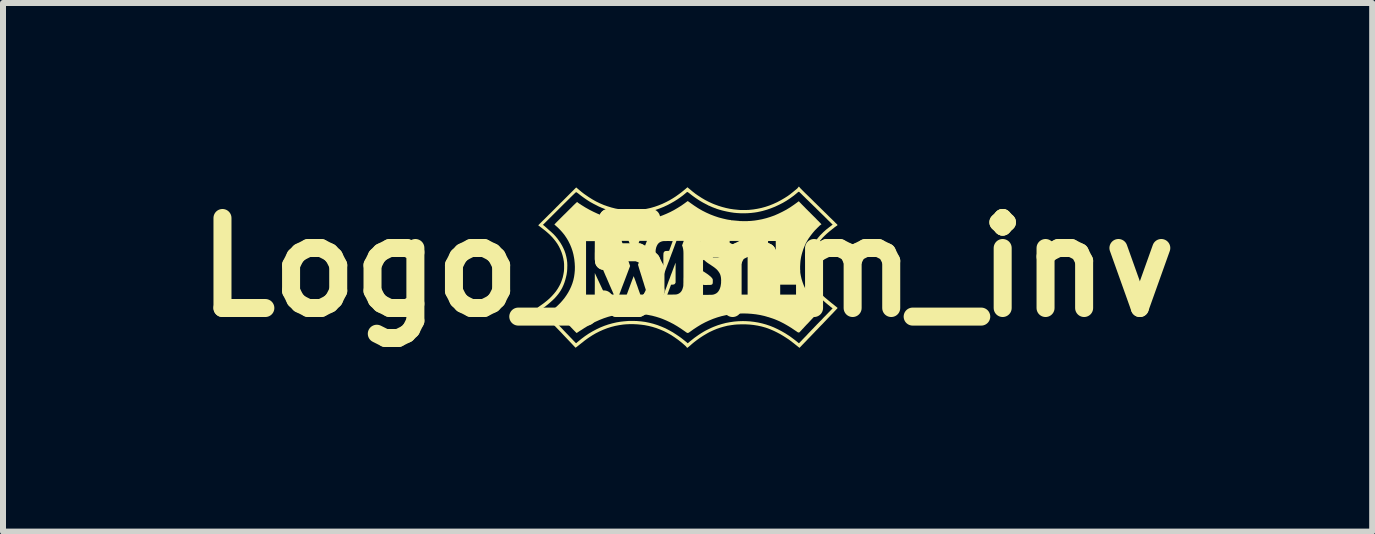
<source format=kicad_pcb>
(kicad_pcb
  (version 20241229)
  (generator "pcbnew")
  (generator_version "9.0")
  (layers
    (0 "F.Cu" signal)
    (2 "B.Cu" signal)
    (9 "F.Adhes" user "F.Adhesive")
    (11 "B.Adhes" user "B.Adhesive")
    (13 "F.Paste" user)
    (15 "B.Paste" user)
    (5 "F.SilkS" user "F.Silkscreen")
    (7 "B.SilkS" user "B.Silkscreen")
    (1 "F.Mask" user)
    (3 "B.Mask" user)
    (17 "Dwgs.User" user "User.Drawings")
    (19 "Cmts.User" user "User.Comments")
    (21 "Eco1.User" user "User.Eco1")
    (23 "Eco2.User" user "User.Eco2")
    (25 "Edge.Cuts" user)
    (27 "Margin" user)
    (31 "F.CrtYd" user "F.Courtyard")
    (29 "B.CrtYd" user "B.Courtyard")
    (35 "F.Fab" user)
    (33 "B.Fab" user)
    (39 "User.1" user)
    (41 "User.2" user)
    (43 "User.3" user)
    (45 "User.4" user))
  (footprint "Logo_5mm_inv"
    (layer "F.Cu")
    (at 8.407 1.404)
    (property "Reference" "Logo_5mm_inv" (at 0 0 0) (layer "F.SilkS") (effects (font (size 1.5 1.5) (thickness 0.3))))
    (attr board_only exclude_from_pos_files exclude_from_bom)
    (fp_poly (pts (xy 1.859 -1.341) (xy 1.867 -1.332) (xy 1.874 -1.323) (xy 1.882 -1.314) (xy 1.892 -1.305) (xy 1.902 -1.294) (xy 1.915 -1.281) (xy 1.929 -1.267) (xy 1.942 -1.254) (xy 1.952 -1.244) (xy 1.964 -1.232) (xy 1.979 -1.218) (xy 1.995 -1.202) (xy 2.013 -1.185) (xy 2.031 -1.167) (xy 2.051 -1.148) (xy 2.071 -1.128) (xy 2.091 -1.108) (xy 2.11 -1.089) (xy 2.116 -1.083) (xy 2.138 -1.062) (xy 2.161 -1.039) (xy 2.186 -1.015) (xy 2.211 -0.99) (xy 2.236 -0.965) (xy 2.261 -0.941) (xy 2.285 -0.917) (xy 2.308 -0.895) (xy 2.329 -0.874) (xy 2.343 -0.86) (xy 2.367 -0.836) (xy 2.389 -0.815) (xy 2.409 -0.796) (xy 2.426 -0.779) (xy 2.441 -0.765) (xy 2.453 -0.752) (xy 2.464 -0.741) (xy 2.473 -0.732) (xy 2.481 -0.725) (xy 2.487 -0.719) (xy 2.491 -0.714) (xy 2.495 -0.71) (xy 2.497 -0.707) (xy 2.499 -0.705) (xy 2.499 -0.704) (xy 2.499 -0.704) (xy 2.499 -0.703) (xy 2.497 -0.702) (xy 2.493 -0.698) (xy 2.487 -0.693) (xy 2.479 -0.688) (xy 2.475 -0.685) (xy 2.465 -0.678) (xy 2.455 -0.671) (xy 2.446 -0.664) (xy 2.439 -0.658) (xy 2.438 -0.657) (xy 2.432 -0.652) (xy 2.423 -0.645) (xy 2.413 -0.638) (xy 2.404 -0.63) (xy 2.401 -0.628) (xy 2.36 -0.595) (xy 2.322 -0.563) (xy 2.287 -0.53) (xy 2.255 -0.498) (xy 2.227 -0.466) (xy 2.203 -0.436) (xy 2.173 -0.394) (xy 2.147 -0.35) (xy 2.124 -0.304) (xy 2.104 -0.256) (xy 2.088 -0.207) (xy 2.076 -0.155) (xy 2.066 -0.102) (xy 2.063 -0.082) (xy 2.062 -0.065) (xy 2.061 -0.046) (xy 2.06 -0.025) (xy 2.06 -0.002) (xy 2.06 0.02) (xy 2.061 0.041) (xy 2.062 0.06) (xy 2.063 0.076) (xy 2.071 0.128) (xy 2.083 0.178) (xy 2.098 0.226) (xy 2.116 0.273) (xy 2.138 0.317) (xy 2.163 0.36) (xy 2.191 0.4) (xy 2.224 0.439) (xy 2.243 0.461) (xy 2.256 0.474) (xy 2.272 0.489) (xy 2.291 0.506) (xy 2.314 0.525) (xy 2.339 0.546) (xy 2.367 0.569) (xy 2.398 0.595) (xy 2.433 0.622) (xy 2.456 0.641) (xy 2.467 0.65) (xy 2.478 0.658) (xy 2.486 0.666) (xy 2.493 0.671) (xy 2.498 0.676) (xy 2.5 0.678) (xy 2.5 0.678) (xy 2.498 0.68) (xy 2.495 0.684) (xy 2.488 0.691) (xy 2.479 0.701) (xy 2.468 0.712) (xy 2.455 0.727) (xy 2.439 0.743) (xy 2.422 0.762) (xy 2.402 0.782) (xy 2.381 0.804) (xy 2.358 0.828) (xy 2.333 0.854) (xy 2.307 0.882) (xy 2.28 0.91) (xy 2.251 0.941) (xy 2.22 0.972) (xy 2.191 1.002) (xy 2.163 1.032) (xy 2.134 1.061) (xy 2.107 1.09) (xy 2.08 1.118) (xy 2.055 1.144) (xy 2.031 1.169) (xy 2.007 1.193) (xy 1.986 1.216) (xy 1.966 1.237) (xy 1.947 1.256) (xy 1.93 1.274) (xy 1.915 1.289) (xy 1.903 1.302) (xy 1.892 1.313) (xy 1.884 1.322) (xy 1.878 1.328) (xy 1.874 1.332) (xy 1.873 1.333) (xy 1.864 1.342) (xy 1.813 1.301) (xy 1.789 1.282) (xy 1.768 1.265) (xy 1.748 1.25) (xy 1.731 1.236) (xy 1.714 1.224) (xy 1.698 1.212) (xy 1.682 1.2) (xy 1.665 1.189) (xy 1.648 1.178) (xy 1.647 1.177) (xy 1.595 1.144) (xy 1.543 1.113) (xy 1.49 1.085) (xy 1.437 1.059) (xy 1.384 1.036) (xy 1.333 1.016) (xy 1.297 1.004) (xy 1.233 0.986) (xy 1.168 0.972) (xy 1.101 0.961) (xy 1.033 0.954) (xy 0.963 0.95) (xy 0.892 0.95) (xy 0.819 0.953) (xy 0.783 0.956) (xy 0.723 0.964) (xy 0.662 0.974) (xy 0.602 0.989) (xy 0.543 1.006) (xy 0.485 1.026) (xy 0.43 1.049) (xy 0.417 1.055) (xy 0.408 1.059) (xy 0.398 1.064) (xy 0.389 1.068) (xy 0.387 1.069) (xy 0.36 1.082) (xy 0.331 1.098) (xy 0.3 1.116) (xy 0.268 1.135) (xy 0.235 1.156) (xy 0.202 1.178) (xy 0.17 1.201) (xy 0.139 1.224) (xy 0.109 1.247) (xy 0.081 1.27) (xy 0.075 1.275) (xy 0.067 1.282) (xy 0.057 1.291) (xy 0.046 1.301) (xy 0.035 1.31) (xy 0.027 1.317) (xy 0.018 1.325) (xy 0.009 1.331) (xy 0.003 1.337) (xy -0.003 1.34) (xy -0.005 1.342) (xy -0.006 1.342) (xy -0.009 1.34) (xy -0.013 1.336) (xy -0.017 1.331) (xy -0.022 1.324) (xy -0.031 1.314) (xy -0.043 1.303) (xy -0.058 1.29) (xy -0.075 1.275) (xy -0.095 1.258) (xy -0.096 1.257) (xy -0.154 1.211) (xy -0.213 1.169) (xy -0.272 1.13) (xy -0.333 1.095) (xy -0.394 1.064) (xy -0.457 1.037) (xy -0.52 1.013) (xy -0.585 0.993) (xy -0.652 0.976) (xy -0.654 0.976) (xy -0.714 0.964) (xy -0.776 0.956) (xy -0.84 0.95) (xy -0.904 0.947) (xy -0.968 0.947) (xy -1.031 0.95) (xy -1.074 0.954) (xy -1.142 0.964) (xy -1.209 0.977) (xy -1.275 0.994) (xy -1.34 1.015) (xy -1.405 1.04) (xy -1.468 1.068) (xy -1.531 1.1) (xy -1.592 1.136) (xy -1.644 1.17) (xy -1.659 1.18) (xy -1.674 1.191) (xy -1.688 1.201) (xy -1.703 1.212) (xy -1.719 1.224) (xy -1.736 1.238) (xy -1.756 1.254) (xy -1.763 1.259) (xy -1.782 1.274) (xy -1.8 1.288) (xy -1.816 1.301) (xy -1.83 1.312) (xy -1.842 1.322) (xy -1.852 1.329) (xy -1.858 1.334) (xy -1.861 1.335) (xy -1.867 1.34) (xy -2.011 1.188) (xy -2.049 1.148) (xy -2.084 1.111) (xy -2.117 1.076) (xy -2.148 1.044) (xy -2.177 1.014) (xy -2.204 0.986) (xy -2.229 0.959) (xy -2.252 0.935) (xy -2.274 0.912) (xy -2.294 0.89) (xy -2.314 0.87) (xy -2.332 0.851) (xy -2.349 0.833) (xy -2.366 0.815) (xy -2.382 0.798) (xy -2.397 0.782) (xy -2.413 0.766) (xy -2.428 0.75) (xy -2.443 0.733) (xy -2.458 0.717) (xy -2.474 0.701) (xy -2.489 0.685) (xy -2.412 0.685) (xy -2.365 0.734) (xy -2.318 0.784) (xy -2.272 0.832) (xy -2.229 0.878) (xy -2.186 0.923) (xy -2.145 0.967) (xy -2.103 1.01) (xy -2.061 1.055) (xy -2.018 1.1) (xy -2.017 1.101) (xy -1.998 1.12) (xy -1.98 1.139) (xy -1.962 1.158) (xy -1.946 1.175) (xy -1.93 1.191) (xy -1.916 1.206) (xy -1.904 1.219) (xy -1.893 1.23) (xy -1.884 1.239) (xy -1.878 1.246) (xy -1.874 1.25) (xy -1.873 1.251) (xy -1.867 1.257) (xy -1.862 1.262) (xy -1.859 1.264) (xy -1.857 1.264) (xy -1.856 1.263) (xy -1.853 1.261) (xy -1.848 1.257) (xy -1.842 1.251) (xy -1.834 1.245) (xy -1.832 1.243) (xy -1.772 1.194) (xy -1.711 1.148) (xy -1.649 1.106) (xy -1.585 1.068) (xy -1.521 1.034) (xy -1.456 1.003) (xy -1.39 0.976) (xy -1.323 0.953) (xy -1.255 0.934) (xy -1.186 0.918) (xy -1.115 0.906) (xy -1.059 0.9) (xy -0.986 0.894) (xy -0.915 0.893) (xy -0.844 0.895) (xy -0.775 0.901) (xy -0.706 0.91) (xy -0.638 0.924) (xy -0.571 0.941) (xy -0.504 0.962) (xy -0.439 0.987) (xy -0.373 1.015) (xy -0.309 1.048) (xy -0.245 1.084) (xy -0.182 1.125) (xy -0.145 1.15) (xy -0.122 1.166) (xy -0.098 1.184) (xy -0.074 1.203) (xy -0.051 1.221) (xy -0.029 1.239) (xy -0.012 1.253) (xy 0.002 1.266) (xy 0.008 1.261) (xy 0.011 1.259) (xy 0.017 1.254) (xy 0.024 1.248) (xy 0.033 1.24) (xy 0.042 1.232) (xy 0.044 1.231) (xy 0.078 1.204) (xy 0.113 1.176) (xy 0.151 1.149) (xy 0.188 1.123) (xy 0.225 1.099) (xy 0.261 1.077) (xy 0.264 1.075) (xy 0.294 1.058) (xy 0.327 1.041) (xy 0.362 1.024) (xy 0.398 1.007) (xy 0.433 0.992) (xy 0.467 0.979) (xy 0.499 0.967) (xy 0.501 0.966) (xy 0.569 0.945) (xy 0.638 0.927) (xy 0.707 0.914) (xy 0.777 0.904) (xy 0.848 0.898) (xy 0.92 0.896) (xy 0.971 0.897) (xy 1.04 0.901) (xy 1.108 0.909) (xy 1.175 0.92) (xy 1.242 0.935) (xy 1.307 0.953) (xy 1.372 0.975) (xy 1.437 1.001) (xy 1.501 1.031) (xy 1.565 1.064) (xy 1.629 1.101) (xy 1.652 1.116) (xy 1.696 1.144) (xy 1.739 1.175) (xy 1.783 1.208) (xy 1.821 1.238) (xy 1.855 1.266) (xy 1.878 1.243) (xy 1.882 1.238) (xy 1.889 1.231) (xy 1.899 1.221) (xy 1.91 1.209) (xy 1.923 1.195) (xy 1.938 1.18) (xy 1.954 1.163) (xy 1.971 1.146) (xy 1.989 1.127) (xy 2.007 1.107) (xy 2.026 1.087) (xy 2.031 1.082) (xy 2.054 1.058) (xy 2.075 1.036) (xy 2.094 1.017) (xy 2.11 1) (xy 2.125 0.984) (xy 2.138 0.971) (xy 2.149 0.959) (xy 2.159 0.948) (xy 2.169 0.939) (xy 2.177 0.93) (xy 2.185 0.922) (xy 2.193 0.914) (xy 2.2 0.907) (xy 2.207 0.899) (xy 2.215 0.892) (xy 2.223 0.884) (xy 2.225 0.882) (xy 2.233 0.874) (xy 2.24 0.867) (xy 2.245 0.861) (xy 2.249 0.857) (xy 2.25 0.855) (xy 2.251 0.854) (xy 2.255 0.85) (xy 2.261 0.844) (xy 2.268 0.836) (xy 2.277 0.827) (xy 2.284 0.82) (xy 2.294 0.81) (xy 2.306 0.798) (xy 2.319 0.784) (xy 2.333 0.77) (xy 2.347 0.755) (xy 2.361 0.741) (xy 2.367 0.735) (xy 2.416 0.684) (xy 2.409 0.678) (xy 2.404 0.674) (xy 2.401 0.672) (xy 2.4 0.672) (xy 2.398 0.671) (xy 2.394 0.667) (xy 2.388 0.663) (xy 2.382 0.658) (xy 2.375 0.652) (xy 2.366 0.644) (xy 2.356 0.636) (xy 2.345 0.627) (xy 2.337 0.621) (xy 2.328 0.613) (xy 2.32 0.606) (xy 2.313 0.601) (xy 2.308 0.597) (xy 2.306 0.595) (xy 2.306 0.595) (xy 2.303 0.592) (xy 2.302 0.592) (xy 2.299 0.591) (xy 2.299 0.59) (xy 2.298 0.588) (xy 2.294 0.584) (xy 2.288 0.579) (xy 2.281 0.573) (xy 2.279 0.571) (xy 2.25 0.546) (xy 2.225 0.522) (xy 2.201 0.498) (xy 2.18 0.474) (xy 2.16 0.449) (xy 2.14 0.423) (xy 2.134 0.414) (xy 2.107 0.373) (xy 2.083 0.33) (xy 2.062 0.285) (xy 2.044 0.238) (xy 2.029 0.191) (xy 2.018 0.144) (xy 2.01 0.097) (xy 2.007 0.068) (xy 2.005 0.032) (xy 2.003 -0.001) (xy 2.004 -0.032) (xy 2.005 -0.063) (xy 2.007 -0.08) (xy 2.008 -0.093) (xy 2.01 -0.103) (xy 2.01 -0.11) (xy 2.011 -0.111) (xy 2.011 -0.116) (xy 2.012 -0.123) (xy 2.013 -0.126) (xy 2.014 -0.137) (xy 2.017 -0.152) (xy 2.02 -0.167) (xy 2.024 -0.183) (xy 2.028 -0.198) (xy 2.03 -0.209) (xy 2.046 -0.261) (xy 2.065 -0.31) (xy 2.087 -0.357) (xy 2.112 -0.403) (xy 2.14 -0.447) (xy 2.154 -0.465) (xy 2.159 -0.472) (xy 2.163 -0.478) (xy 2.165 -0.482) (xy 2.166 -0.483) (xy 2.168 -0.485) (xy 2.171 -0.489) (xy 2.171 -0.489) (xy 2.174 -0.492) (xy 2.176 -0.494) (xy 2.176 -0.495) (xy 2.177 -0.497) (xy 2.181 -0.5) (xy 2.181 -0.5) (xy 2.184 -0.504) (xy 2.186 -0.506) (xy 2.186 -0.507) (xy 2.187 -0.509) (xy 2.191 -0.513) (xy 2.193 -0.514) (xy 2.197 -0.518) (xy 2.199 -0.521) (xy 2.199 -0.522) (xy 2.201 -0.524) (xy 2.204 -0.528) (xy 2.21 -0.534) (xy 2.217 -0.541) (xy 2.225 -0.549) (xy 2.234 -0.558) (xy 2.243 -0.567) (xy 2.252 -0.576) (xy 2.26 -0.584) (xy 2.267 -0.591) (xy 2.273 -0.596) (xy 2.276 -0.599) (xy 2.277 -0.6) (xy 2.28 -0.601) (xy 2.283 -0.605) (xy 2.286 -0.607) (xy 2.29 -0.612) (xy 2.293 -0.615) (xy 2.294 -0.615) (xy 2.297 -0.617) (xy 2.301 -0.62) (xy 2.302 -0.621) (xy 2.305 -0.625) (xy 2.308 -0.627) (xy 2.308 -0.627) (xy 2.311 -0.628) (xy 2.314 -0.632) (xy 2.314 -0.632) (xy 2.317 -0.635) (xy 2.319 -0.637) (xy 2.319 -0.637) (xy 2.321 -0.638) (xy 2.326 -0.641) (xy 2.332 -0.646) (xy 2.339 -0.651) (xy 2.347 -0.658) (xy 2.356 -0.665) (xy 2.364 -0.671) (xy 2.368 -0.674) (xy 2.375 -0.679) (xy 2.383 -0.685) (xy 2.392 -0.692) (xy 2.398 -0.697) (xy 2.417 -0.712) (xy 2.392 -0.735) (xy 2.387 -0.74) (xy 2.38 -0.748) (xy 2.37 -0.757) (xy 2.358 -0.769) (xy 2.344 -0.782) (xy 2.329 -0.797) (xy 2.313 -0.814) (xy 2.295 -0.831) (xy 2.277 -0.849) (xy 2.258 -0.868) (xy 2.241 -0.884) (xy 2.222 -0.903) (xy 2.201 -0.923) (xy 2.179 -0.945) (xy 2.157 -0.966) (xy 2.135 -0.989) (xy 2.112 -1.011) (xy 2.089 -1.033) (xy 2.066 -1.056) (xy 2.043 -1.078) (xy 2.021 -1.1) (xy 2 -1.12) (xy 1.979 -1.14) (xy 1.96 -1.159) (xy 1.942 -1.177) (xy 1.925 -1.193) (xy 1.91 -1.208) (xy 1.897 -1.221) (xy 1.886 -1.232) (xy 1.877 -1.24) (xy 1.871 -1.246) (xy 1.867 -1.25) (xy 1.861 -1.255) (xy 1.857 -1.258) (xy 1.853 -1.259) (xy 1.851 -1.259) (xy 1.848 -1.257) (xy 1.842 -1.254) (xy 1.835 -1.248) (xy 1.827 -1.242) (xy 1.823 -1.238) (xy 1.768 -1.193) (xy 1.71 -1.151) (xy 1.65 -1.111) (xy 1.587 -1.074) (xy 1.522 -1.041) (xy 1.456 -1.01) (xy 1.388 -0.983) (xy 1.319 -0.959) (xy 1.249 -0.939) (xy 1.215 -0.931) (xy 1.163 -0.92) (xy 1.112 -0.912) (xy 1.059 -0.906) (xy 1.005 -0.902) (xy 0.948 -0.9) (xy 0.934 -0.9) (xy 0.877 -0.901) (xy 0.823 -0.904) (xy 0.77 -0.909) (xy 0.718 -0.917) (xy 0.664 -0.927) (xy 0.609 -0.939) (xy 0.606 -0.94) (xy 0.592 -0.943) (xy 0.577 -0.947) (xy 0.562 -0.951) (xy 0.546 -0.956) (xy 0.53 -0.96) (xy 0.515 -0.965) (xy 0.501 -0.969) (xy 0.489 -0.973) (xy 0.479 -0.977) (xy 0.471 -0.98) (xy 0.466 -0.982) (xy 0.465 -0.983) (xy 0.462 -0.984) (xy 0.458 -0.986) (xy 0.454 -0.986) (xy 0.448 -0.988) (xy 0.444 -0.99) (xy 0.443 -0.99) (xy 0.442 -0.992) (xy 0.439 -0.992) (xy 0.435 -0.993) (xy 0.434 -0.994) (xy 0.432 -0.995) (xy 0.428 -0.997) (xy 0.426 -0.997) (xy 0.421 -0.998) (xy 0.418 -1) (xy 0.418 -1) (xy 0.416 -1.002) (xy 0.413 -1.002) (xy 0.408 -1.003) (xy 0.406 -1.005) (xy 0.402 -1.007) (xy 0.399 -1.008) (xy 0.395 -1.009) (xy 0.393 -1.011) (xy 0.389 -1.013) (xy 0.386 -1.014) (xy 0.382 -1.014) (xy 0.381 -1.015) (xy 0.379 -1.017) (xy 0.375 -1.019) (xy 0.371 -1.021) (xy 0.368 -1.022) (xy 0.364 -1.023) (xy 0.362 -1.024) (xy 0.358 -1.027) (xy 0.355 -1.027) (xy 0.35 -1.028) (xy 0.347 -1.03) (xy 0.345 -1.032) (xy 0.34 -1.035) (xy 0.332 -1.039) (xy 0.322 -1.044) (xy 0.311 -1.05) (xy 0.301 -1.055) (xy 0.255 -1.079) (xy 0.212 -1.104) (xy 0.171 -1.13) (xy 0.13 -1.158) (xy 0.088 -1.188) (xy 0.046 -1.22) (xy 0.044 -1.222) (xy 0.03 -1.233) (xy 0.019 -1.241) (xy 0.01 -1.248) (xy 0.003 -1.252) (xy -0.002 -1.254) (xy -0.007 -1.255) (xy -0.01 -1.254) (xy -0.011 -1.253) (xy -0.014 -1.251) (xy -0.019 -1.247) (xy -0.025 -1.242) (xy -0.033 -1.235) (xy -0.038 -1.231) (xy -0.079 -1.197) (xy -0.125 -1.163) (xy -0.173 -1.13) (xy -0.224 -1.098) (xy -0.277 -1.068) (xy -0.331 -1.039) (xy -0.387 -1.013) (xy -0.395 -1.009) (xy -0.454 -0.985) (xy -0.514 -0.963) (xy -0.575 -0.943) (xy -0.638 -0.927) (xy -0.699 -0.914) (xy -0.753 -0.905) (xy -0.771 -0.902) (xy -0.787 -0.9) (xy -0.801 -0.898) (xy -0.815 -0.897) (xy -0.829 -0.896) (xy -0.844 -0.895) (xy -0.859 -0.894) (xy -0.877 -0.894) (xy -0.897 -0.894) (xy -0.92 -0.894) (xy -0.929 -0.894) (xy -0.952 -0.894) (xy -0.972 -0.894) (xy -0.988 -0.894) (xy -1.003 -0.894) (xy -1.015 -0.895) (xy -1.026 -0.895) (xy -1.036 -0.896) (xy -1.045 -0.897) (xy -1.047 -0.897) (xy -1.109 -0.905) (xy -1.17 -0.915) (xy -1.229 -0.927) (xy -1.246 -0.932) (xy -1.262 -0.936) (xy -1.277 -0.94) (xy -1.291 -0.944) (xy -1.304 -0.947) (xy -1.314 -0.95) (xy -1.321 -0.953) (xy -1.326 -0.955) (xy -1.327 -0.955) (xy -1.33 -0.957) (xy -1.333 -0.957) (xy -1.337 -0.958) (xy -1.343 -0.959) (xy -1.349 -0.961) (xy -1.355 -0.963) (xy -1.357 -0.965) (xy -1.358 -0.965) (xy -1.36 -0.966) (xy -1.365 -0.968) (xy -1.372 -0.97) (xy -1.374 -0.971) (xy -1.381 -0.973) (xy -1.387 -0.975) (xy -1.39 -0.976) (xy -1.391 -0.976) (xy -1.393 -0.978) (xy -1.398 -0.979) (xy -1.399 -0.979) (xy -1.404 -0.981) (xy -1.406 -0.982) (xy -1.406 -0.983) (xy -1.408 -0.984) (xy -1.411 -0.984) (xy -1.415 -0.985) (xy -1.416 -0.986) (xy -1.418 -0.988) (xy -1.421 -0.988) (xy -1.425 -0.989) (xy -1.426 -0.99) (xy -1.428 -0.992) (xy -1.431 -0.992) (xy -1.434 -0.993) (xy -1.436 -0.994) (xy -1.437 -0.996) (xy -1.441 -0.996) (xy -1.444 -0.997) (xy -1.445 -0.998) (xy -1.447 -0.999) (xy -1.451 -1.002) (xy -1.457 -1.004) (xy -1.463 -1.006) (xy -1.467 -1.008) (xy -1.469 -1.008) (xy -1.472 -1.009) (xy -1.473 -1.009) (xy -1.475 -1.011) (xy -1.48 -1.013) (xy -1.487 -1.017) (xy -1.497 -1.022) (xy -1.508 -1.028) (xy -1.514 -1.031) (xy -1.571 -1.06) (xy -1.625 -1.09) (xy -1.677 -1.123) (xy -1.729 -1.159) (xy -1.781 -1.197) (xy -1.815 -1.224) (xy -1.826 -1.233) (xy -1.836 -1.24) (xy -1.843 -1.245) (xy -1.848 -1.249) (xy -1.853 -1.25) (xy -1.857 -1.251) (xy -1.86 -1.25) (xy -1.863 -1.249) (xy -1.866 -1.247) (xy -1.87 -1.243) (xy -1.877 -1.236) (xy -1.886 -1.228) (xy -1.898 -1.216) (xy -1.913 -1.202) (xy -1.929 -1.186) (xy -1.949 -1.167) (xy -1.97 -1.145) (xy -1.995 -1.121) (xy -2.022 -1.094) (xy -2.052 -1.065) (xy -2.084 -1.033) (xy -2.119 -0.998) (xy -2.141 -0.976) (xy -2.411 -0.707) (xy -2.402 -0.701) (xy -2.397 -0.698) (xy -2.39 -0.692) (xy -2.383 -0.686) (xy -2.378 -0.682) (xy -2.372 -0.677) (xy -2.364 -0.669) (xy -2.354 -0.661) (xy -2.343 -0.651) (xy -2.332 -0.641) (xy -2.32 -0.63) (xy -2.32 -0.63) (xy -2.298 -0.611) (xy -2.278 -0.594) (xy -2.262 -0.579) (xy -2.247 -0.565) (xy -2.233 -0.552) (xy -2.221 -0.539) (xy -2.21 -0.527) (xy -2.199 -0.515) (xy -2.188 -0.502) (xy -2.177 -0.488) (xy -2.169 -0.479) (xy -2.16 -0.466) (xy -2.149 -0.451) (xy -2.137 -0.434) (xy -2.125 -0.417) (xy -2.114 -0.4) (xy -2.105 -0.384) (xy -2.097 -0.371) (xy -2.096 -0.37) (xy -2.072 -0.323) (xy -2.051 -0.276) (xy -2.034 -0.227) (xy -2.021 -0.177) (xy -2.011 -0.126) (xy -2.006 -0.083) (xy -2.005 -0.072) (xy -2.005 -0.057) (xy -2.004 -0.04) (xy -2.004 -0.022) (xy -2.005 -0.003) (xy -2.005 0.016) (xy -2.006 0.034) (xy -2.007 0.05) (xy -2.008 0.064) (xy -2.009 0.074) (xy -2.016 0.121) (xy -2.027 0.168) (xy -2.039 0.213) (xy -2.053 0.257) (xy -2.069 0.298) (xy -2.087 0.337) (xy -2.088 0.34) (xy -2.108 0.376) (xy -2.13 0.411) (xy -2.155 0.446) (xy -2.183 0.48) (xy -2.214 0.515) (xy -2.249 0.549) (xy -2.287 0.583) (xy -2.328 0.618) (xy -2.342 0.629) (xy -2.351 0.636) (xy -2.359 0.643) (xy -2.366 0.648) (xy -2.37 0.652) (xy -2.372 0.654) (xy -2.374 0.656) (xy -2.376 0.656) (xy -2.378 0.657) (xy -2.383 0.661) (xy -2.389 0.665) (xy -2.396 0.67) (xy -2.402 0.675) (xy -2.406 0.679) (xy -2.412 0.685) (xy -2.489 0.685) (xy -2.49 0.684) (xy -2.49 0.683) (xy -2.5 0.672) (xy -2.465 0.647) (xy -2.438 0.628) (xy -2.414 0.611) (xy -2.392 0.595) (xy -2.372 0.579) (xy -2.353 0.564) (xy -2.336 0.55) (xy -2.318 0.534) (xy -2.303 0.521) (xy -2.263 0.481) (xy -2.226 0.44) (xy -2.192 0.398) (xy -2.163 0.355) (xy -2.137 0.31) (xy -2.114 0.264) (xy -2.096 0.216) (xy -2.08 0.167) (xy -2.069 0.116) (xy -2.062 0.076) (xy -2.06 0.059) (xy -2.059 0.04) (xy -2.058 0.018) (xy -2.058 -0.004) (xy -2.058 -0.026) (xy -2.058 -0.048) (xy -2.059 -0.068) (xy -2.061 -0.085) (xy -2.061 -0.091) (xy -2.07 -0.144) (xy -2.083 -0.197) (xy -2.099 -0.247) (xy -2.119 -0.296) (xy -2.142 -0.344) (xy -2.169 -0.39) (xy -2.2 -0.434) (xy -2.234 -0.477) (xy -2.235 -0.477) (xy -2.254 -0.5) (xy -2.275 -0.521) (xy -2.296 -0.543) (xy -2.32 -0.565) (xy -2.345 -0.587) (xy -2.372 -0.61) (xy -2.403 -0.634) (xy -2.436 -0.66) (xy -2.449 -0.67) (xy -2.489 -0.7) (xy -2.419 -0.77) (xy -2.41 -0.779) (xy -2.398 -0.79) (xy -2.384 -0.804) (xy -2.368 -0.82) (xy -2.35 -0.838) (xy -2.33 -0.858) (xy -2.308 -0.88) (xy -2.285 -0.902) (xy -2.261 -0.926) (xy -2.236 -0.951) (xy -2.21 -0.977) (xy -2.184 -1.004) (xy -2.157 -1.03) (xy -2.13 -1.058) (xy -2.103 -1.085) (xy -2.102 -1.085) (xy -1.856 -1.331) (xy -1.848 -1.324) (xy -1.834 -1.312) (xy -1.82 -1.3) (xy -1.806 -1.289) (xy -1.794 -1.278) (xy -1.782 -1.269) (xy -1.773 -1.261) (xy -1.766 -1.255) (xy -1.766 -1.255) (xy -1.755 -1.247) (xy -1.747 -1.24) (xy -1.74 -1.235) (xy -1.733 -1.23) (xy -1.726 -1.224) (xy -1.717 -1.218) (xy -1.707 -1.211) (xy -1.646 -1.169) (xy -1.585 -1.131) (xy -1.523 -1.096) (xy -1.461 -1.066) (xy -1.398 -1.039) (xy -1.333 -1.016) (xy -1.268 -0.996) (xy -1.201 -0.979) (xy -1.133 -0.967) (xy -1.064 -0.957) (xy -1.04 -0.955) (xy -1.03 -0.954) (xy -1.016 -0.953) (xy -0.999 -0.953) (xy -0.981 -0.953) (xy -0.961 -0.952) (xy -0.94 -0.952) (xy -0.919 -0.952) (xy -0.898 -0.952) (xy -0.878 -0.953) (xy -0.86 -0.953) (xy -0.844 -0.953) (xy -0.83 -0.954) (xy -0.821 -0.955) (xy -0.75 -0.963) (xy -0.681 -0.975) (xy -0.614 -0.99) (xy -0.548 -1.009) (xy -0.483 -1.032) (xy -0.419 -1.058) (xy -0.356 -1.088) (xy -0.293 -1.121) (xy -0.289 -1.124) (xy -0.245 -1.15) (xy -0.2 -1.179) (xy -0.155 -1.211) (xy -0.11 -1.244) (xy -0.068 -1.278) (xy -0.027 -1.312) (xy -0.008 -1.329) (xy -0.003 -1.334) (xy 0.049 -1.291) (xy 0.069 -1.274) (xy 0.087 -1.259) (xy 0.103 -1.247) (xy 0.118 -1.235) (xy 0.132 -1.224) (xy 0.147 -1.214) (xy 0.162 -1.203) (xy 0.179 -1.192) (xy 0.179 -1.192) (xy 0.236 -1.155) (xy 0.292 -1.122) (xy 0.35 -1.092) (xy 0.408 -1.065) (xy 0.447 -1.049) (xy 0.51 -1.026) (xy 0.574 -1.006) (xy 0.638 -0.989) (xy 0.703 -0.975) (xy 0.771 -0.965) (xy 0.84 -0.958) (xy 0.85 -0.957) (xy 0.863 -0.956) (xy 0.88 -0.955) (xy 0.9 -0.955) (xy 0.92 -0.955) (xy 0.941 -0.955) (xy 0.963 -0.955) (xy 0.983 -0.955) (xy 1.001 -0.956) (xy 1.017 -0.956) (xy 1.024 -0.957) (xy 1.094 -0.964) (xy 1.162 -0.975) (xy 1.229 -0.989) (xy 1.295 -1.007) (xy 1.361 -1.029) (xy 1.426 -1.055) (xy 1.49 -1.084) (xy 1.554 -1.118) (xy 1.617 -1.155) (xy 1.666 -1.186) (xy 1.68 -1.196) (xy 1.694 -1.206) (xy 1.709 -1.217) (xy 1.725 -1.23) (xy 1.744 -1.245) (xy 1.765 -1.262) (xy 1.774 -1.27) (xy 1.786 -1.279) (xy 1.796 -1.288) (xy 1.806 -1.295) (xy 1.813 -1.302) (xy 1.819 -1.306) (xy 1.822 -1.309) (xy 1.823 -1.309) (xy 1.826 -1.312) (xy 1.831 -1.318) (xy 1.837 -1.325) (xy 1.841 -1.33) (xy 1.854 -1.346)) (stroke (width 0) (type solid)) (fill yes) (layer "F.SilkS"))
    (fp_poly (pts (xy 0.006 -1.102) (xy 0.011 -1.098) (xy 0.018 -1.093) (xy 0.027 -1.087) (xy 0.038 -1.079) (xy 0.047 -1.072) (xy 0.111 -1.027) (xy 0.175 -0.985) (xy 0.242 -0.946) (xy 0.309 -0.912) (xy 0.378 -0.881) (xy 0.448 -0.854) (xy 0.52 -0.83) (xy 0.593 -0.811) (xy 0.659 -0.796) (xy 0.671 -0.794) (xy 0.683 -0.792) (xy 0.694 -0.79) (xy 0.702 -0.789) (xy 0.707 -0.789) (xy 0.713 -0.789) (xy 0.717 -0.788) (xy 0.719 -0.787) (xy 0.721 -0.786) (xy 0.725 -0.784) (xy 0.733 -0.783) (xy 0.741 -0.783) (xy 0.741 -0.783) (xy 0.746 -0.783) (xy 0.755 -0.782) (xy 0.765 -0.781) (xy 0.777 -0.78) (xy 0.785 -0.779) (xy 0.798 -0.778) (xy 0.812 -0.777) (xy 0.825 -0.775) (xy 0.837 -0.775) (xy 0.841 -0.774) (xy 0.85 -0.774) (xy 0.857 -0.773) (xy 0.862 -0.772) (xy 0.863 -0.772) (xy 0.865 -0.771) (xy 0.87 -0.771) (xy 0.877 -0.771) (xy 0.883 -0.771) (xy 0.891 -0.771) (xy 0.898 -0.771) (xy 0.902 -0.771) (xy 0.902 -0.77) (xy 0.904 -0.77) (xy 0.91 -0.769) (xy 0.918 -0.769) (xy 0.928 -0.769) (xy 0.941 -0.769) (xy 0.953 -0.769) (xy 0.967 -0.769) (xy 0.979 -0.769) (xy 0.989 -0.769) (xy 0.997 -0.769) (xy 1.002 -0.77) (xy 1.004 -0.77) (xy 1.006 -0.771) (xy 1.01 -0.771) (xy 1.017 -0.772) (xy 1.017 -0.772) (xy 1.036 -0.772) (xy 1.057 -0.773) (xy 1.081 -0.776) (xy 1.107 -0.778) (xy 1.134 -0.782) (xy 1.161 -0.786) (xy 1.189 -0.791) (xy 1.215 -0.796) (xy 1.241 -0.801) (xy 1.245 -0.802) (xy 1.312 -0.819) (xy 1.38 -0.84) (xy 1.447 -0.864) (xy 1.513 -0.893) (xy 1.579 -0.925) (xy 1.645 -0.96) (xy 1.709 -0.999) (xy 1.772 -1.042) (xy 1.83 -1.084) (xy 1.84 -1.092) (xy 1.848 -1.097) (xy 1.853 -1.099) (xy 1.856 -1.099) (xy 1.858 -1.096) (xy 1.858 -1.096) (xy 1.859 -1.094) (xy 1.863 -1.09) (xy 1.869 -1.083) (xy 1.878 -1.074) (xy 1.889 -1.063) (xy 1.902 -1.049) (xy 1.917 -1.034) (xy 1.934 -1.017) (xy 1.952 -0.999) (xy 1.971 -0.979) (xy 1.992 -0.958) (xy 2.014 -0.936) (xy 2.038 -0.913) (xy 2.044 -0.906) (xy 2.074 -0.876) (xy 2.101 -0.849) (xy 2.126 -0.825) (xy 2.147 -0.803) (xy 2.166 -0.783) (xy 2.183 -0.767) (xy 2.197 -0.752) (xy 2.208 -0.741) (xy 2.217 -0.731) (xy 2.224 -0.724) (xy 2.228 -0.719) (xy 2.23 -0.717) (xy 2.23 -0.716) (xy 2.228 -0.714) (xy 2.223 -0.711) (xy 2.217 -0.707) (xy 2.213 -0.704) (xy 2.207 -0.7) (xy 2.201 -0.695) (xy 2.193 -0.687) (xy 2.183 -0.677) (xy 2.171 -0.665) (xy 2.166 -0.661) (xy 2.149 -0.643) (xy 2.134 -0.628) (xy 2.12 -0.614) (xy 2.108 -0.6) (xy 2.097 -0.587) (xy 2.086 -0.574) (xy 2.074 -0.559) (xy 2.07 -0.554) (xy 2.039 -0.513) (xy 2.011 -0.473) (xy 1.987 -0.432) (xy 1.965 -0.391) (xy 1.946 -0.347) (xy 1.928 -0.302) (xy 1.922 -0.283) (xy 1.91 -0.245) (xy 1.9 -0.209) (xy 1.892 -0.175) (xy 1.886 -0.141) (xy 1.881 -0.107) (xy 1.878 -0.072) (xy 1.876 -0.034) (xy 1.875 -0.017) (xy 1.875 -0.002) (xy 1.875 0.012) (xy 1.875 0.023) (xy 1.875 0.033) (xy 1.875 0.039) (xy 1.876 0.043) (xy 1.876 0.043) (xy 1.877 0.045) (xy 1.877 0.049) (xy 1.877 0.056) (xy 1.877 0.057) (xy 1.877 0.065) (xy 1.877 0.076) (xy 1.878 0.087) (xy 1.878 0.092) (xy 1.887 0.143) (xy 1.899 0.195) (xy 1.915 0.246) (xy 1.934 0.297) (xy 1.957 0.347) (xy 1.984 0.397) (xy 2.013 0.446) (xy 2.046 0.493) (xy 2.082 0.54) (xy 2.116 0.578) (xy 2.128 0.592) (xy 2.139 0.604) (xy 2.15 0.615) (xy 2.158 0.624) (xy 2.166 0.631) (xy 2.171 0.636) (xy 2.174 0.639) (xy 2.174 0.639) (xy 2.176 0.64) (xy 2.181 0.644) (xy 2.186 0.649) (xy 2.193 0.656) (xy 2.196 0.659) (xy 2.204 0.667) (xy 2.211 0.674) (xy 2.218 0.68) (xy 2.223 0.684) (xy 2.223 0.684) (xy 2.228 0.688) (xy 2.23 0.691) (xy 2.23 0.692) (xy 2.229 0.694) (xy 2.225 0.699) (xy 2.219 0.705) (xy 2.211 0.714) (xy 2.201 0.725) (xy 2.19 0.736) (xy 2.178 0.749) (xy 2.165 0.763) (xy 2.16 0.768) (xy 2.146 0.783) (xy 2.131 0.799) (xy 2.116 0.814) (xy 2.103 0.829) (xy 2.09 0.842) (xy 2.079 0.854) (xy 2.069 0.864) (xy 2.063 0.871) (xy 2.054 0.88) (xy 2.044 0.891) (xy 2.032 0.904) (xy 2.019 0.918) (xy 2.006 0.932) (xy 1.992 0.946) (xy 1.984 0.954) (xy 1.971 0.968) (xy 1.957 0.983) (xy 1.943 0.998) (xy 1.93 1.013) (xy 1.917 1.026) (xy 1.906 1.038) (xy 1.902 1.043) (xy 1.892 1.053) (xy 1.884 1.062) (xy 1.876 1.07) (xy 1.87 1.077) (xy 1.866 1.081) (xy 1.864 1.083) (xy 1.858 1.085) (xy 1.85 1.086) (xy 1.846 1.086) (xy 1.843 1.085) (xy 1.839 1.084) (xy 1.834 1.081) (xy 1.827 1.077) (xy 1.818 1.07) (xy 1.816 1.069) (xy 1.77 1.038) (xy 1.727 1.009) (xy 1.685 0.983) (xy 1.644 0.959) (xy 1.605 0.937) (xy 1.566 0.917) (xy 1.528 0.898) (xy 1.489 0.881) (xy 1.45 0.865) (xy 1.42 0.854) (xy 1.35 0.831) (xy 1.28 0.811) (xy 1.209 0.795) (xy 1.137 0.783) (xy 1.064 0.775) (xy 0.99 0.77) (xy 0.915 0.769) (xy 0.839 0.772) (xy 0.779 0.777) (xy 0.707 0.785) (xy 0.636 0.798) (xy 0.565 0.814) (xy 0.496 0.834) (xy 0.427 0.858) (xy 0.359 0.886) (xy 0.292 0.917) (xy 0.226 0.952) (xy 0.162 0.991) (xy 0.098 1.033) (xy 0.055 1.064) (xy 0.041 1.074) (xy 0.03 1.082) (xy 0.02 1.088) (xy 0.013 1.092) (xy 0.006 1.093) (xy -0.000037 1.094) (xy -0.006 1.093) (xy -0.01 1.091) (xy -0.014 1.089) (xy -0.02 1.085) (xy -0.028 1.08) (xy -0.037 1.073) (xy -0.047 1.066) (xy -0.05 1.064) (xy -0.112 1.021) (xy -0.173 0.982) (xy -0.234 0.946) (xy -0.296 0.914) (xy -0.358 0.885) (xy -0.42 0.859) (xy -0.464 0.843) (xy -0.525 0.824) (xy -0.589 0.807) (xy -0.655 0.794) (xy -0.722 0.783) (xy -0.789 0.775) (xy -0.857 0.77) (xy -0.924 0.768) (xy -0.991 0.769) (xy -1.041 0.772) (xy -1.114 0.78) (xy -1.186 0.792) (xy -1.257 0.807) (xy -1.327 0.826) (xy -1.396 0.849) (xy -1.465 0.876) (xy -1.532 0.906) (xy -1.557 0.918) (xy -1.571 0.925) (xy -1.584 0.932) (xy -1.596 0.938) (xy -1.607 0.944) (xy -1.619 0.95) (xy -1.631 0.957) (xy -1.643 0.964) (xy -1.656 0.972) (xy -1.67 0.981) (xy -1.685 0.99) (xy -1.702 1.001) (xy -1.721 1.012) (xy -1.742 1.026) (xy -1.765 1.041) (xy -1.791 1.057) (xy -1.82 1.076) (xy -1.826 1.08) (xy -1.835 1.086) (xy -1.842 1.09) (xy -1.847 1.093) (xy -1.85 1.094) (xy -1.85 1.094) (xy -1.852 1.092) (xy -1.857 1.089) (xy -1.863 1.082) (xy -1.871 1.074) (xy -1.881 1.064) (xy -1.892 1.053) (xy -1.903 1.041) (xy -1.908 1.037) (xy -1.924 1.019) (xy -1.94 1.003) (xy -1.953 0.989) (xy -1.966 0.975) (xy -1.979 0.962) (xy -1.991 0.949) (xy -2.003 0.936) (xy -2.015 0.923) (xy -2.028 0.909) (xy -2.042 0.894) (xy -2.058 0.877) (xy -2.075 0.858) (xy -2.094 0.838) (xy -2.113 0.817) (xy -2.12 0.809) (xy -2.129 0.8) (xy -2.139 0.789) (xy -2.15 0.777) (xy -2.162 0.764) (xy -2.174 0.751) (xy -2.179 0.746) (xy -2.19 0.734) (xy -2.2 0.723) (xy -2.209 0.714) (xy -2.216 0.706) (xy -2.221 0.7) (xy -2.224 0.696) (xy -2.225 0.695) (xy -2.223 0.692) (xy -2.219 0.688) (xy -2.214 0.682) (xy -2.206 0.676) (xy -2.202 0.672) (xy -2.188 0.659) (xy -2.173 0.645) (xy -2.157 0.63) (xy -2.141 0.614) (xy -2.125 0.598) (xy -2.111 0.583) (xy -2.099 0.569) (xy -2.094 0.564) (xy -2.055 0.517) (xy -2.021 0.469) (xy -2.012 0.455) (xy -1.139 0.455) (xy -1.076 0.455) (xy -1.013 0.454) (xy -0.957 0.302) (xy -0.948 0.278) (xy -0.94 0.256) (xy -0.932 0.235) (xy -0.925 0.216) (xy -0.918 0.198) (xy -0.912 0.183) (xy -0.907 0.17) (xy -0.904 0.16) (xy -0.901 0.153) (xy -0.899 0.149) (xy -0.899 0.148) (xy -0.898 0.149) (xy -0.896 0.154) (xy -0.893 0.162) (xy -0.889 0.173) (xy -0.884 0.186) (xy -0.878 0.201) (xy -0.872 0.218) (xy -0.865 0.236) (xy -0.86 0.25) (xy -0.853 0.272) (xy -0.845 0.293) (xy -0.837 0.315) (xy -0.83 0.336) (xy -0.823 0.356) (xy -0.817 0.374) (xy -0.811 0.389) (xy -0.807 0.402) (xy -0.806 0.404) (xy -0.788 0.454) (xy -0.73 0.455) (xy -0.713 0.455) (xy -0.7 0.455) (xy -0.69 0.455) (xy -0.683 0.455) (xy -0.678 0.454) (xy -0.675 0.454) (xy -0.673 0.453) (xy -0.673 0.453) (xy -0.673 0.452) (xy -0.673 0.449) (xy -0.675 0.444) (xy -0.678 0.435) (xy -0.682 0.423) (xy -0.686 0.408) (xy -0.692 0.39) (xy -0.698 0.37) (xy -0.705 0.348) (xy -0.713 0.324) (xy -0.721 0.298) (xy -0.729 0.271) (xy -0.738 0.242) (xy -0.748 0.213) (xy -0.75 0.205) (xy -0.759 0.175) (xy -0.768 0.146) (xy -0.777 0.118) (xy -0.785 0.092) (xy -0.793 0.068) (xy -0.799 0.048) (xy -0.534 0.048) (xy -0.534 0.085) (xy -0.534 0.117) (xy -0.534 0.146) (xy -0.534 0.172) (xy -0.534 0.196) (xy -0.534 0.216) (xy -0.534 0.234) (xy -0.533 0.25) (xy -0.533 0.264) (xy -0.533 0.276) (xy -0.532 0.287) (xy -0.532 0.296) (xy -0.531 0.303) (xy -0.531 0.31) (xy -0.53 0.316) (xy -0.529 0.322) (xy -0.528 0.327) (xy -0.527 0.331) (xy -0.526 0.336) (xy -0.525 0.341) (xy -0.524 0.344) (xy -0.521 0.354) (xy -0.517 0.366) (xy -0.512 0.377) (xy -0.511 0.38) (xy -0.507 0.388) (xy -0.504 0.394) (xy -0.502 0.399) (xy -0.502 0.4) (xy -0.503 0.402) (xy -0.505 0.407) (xy -0.507 0.415) (xy -0.511 0.424) (xy -0.512 0.427) (xy -0.515 0.436) (xy -0.518 0.444) (xy -0.52 0.45) (xy -0.521 0.453) (xy -0.522 0.454) (xy -0.52 0.454) (xy -0.514 0.454) (xy -0.507 0.455) (xy -0.496 0.455) (xy -0.485 0.455) (xy -0.472 0.455) (xy -0.458 0.455) (xy -0.445 0.455) (xy -0.433 0.455) (xy -0.421 0.455) (xy -0.412 0.454) (xy -0.404 0.454) (xy -0.4 0.454) (xy -0.399 0.454) (xy -0.398 0.452) (xy -0.396 0.446) (xy -0.393 0.439) (xy -0.389 0.43) (xy -0.385 0.42) (xy -0.381 0.41) (xy -0.378 0.4) (xy -0.375 0.391) (xy -0.372 0.384) (xy -0.371 0.379) (xy -0.37 0.378) (xy -0.369 0.375) (xy -0.368 0.372) (xy -0.366 0.367) (xy -0.365 0.364) (xy -0.363 0.359) (xy -0.362 0.356) (xy -0.36 0.351) (xy -0.359 0.348) (xy -0.357 0.344) (xy -0.356 0.34) (xy -0.354 0.337) (xy -0.355 0.336) (xy -0.355 0.335) (xy -0.354 0.333) (xy -0.352 0.331) (xy -0.352 0.33) (xy -0.352 0.329) (xy -0.351 0.326) (xy -0.348 0.321) (xy -0.347 0.317) (xy -0.346 0.313) (xy -0.345 0.311) (xy -0.344 0.307) (xy -0.342 0.302) (xy -0.34 0.295) (xy -0.339 0.292) (xy -0.336 0.286) (xy -0.333 0.276) (xy -0.328 0.264) (xy -0.323 0.249) (xy -0.317 0.232) (xy -0.31 0.214) (xy -0.302 0.194) (xy -0.294 0.173) (xy -0.286 0.15) (xy -0.278 0.128) (xy -0.269 0.105) (xy -0.26 0.082) (xy -0.252 0.06) (xy -0.244 0.038) (xy -0.236 0.017) (xy -0.229 -0.002) (xy -0.222 -0.02) (xy -0.216 -0.036) (xy -0.211 -0.049) (xy -0.207 -0.061) (xy -0.204 -0.069) (xy -0.202 -0.074) (xy -0.201 -0.075) (xy -0.201 -0.074) (xy -0.201 -0.069) (xy -0.2 -0.061) (xy -0.2 -0.049) (xy -0.2 -0.035) (xy -0.2 -0.018) (xy -0.2 0.001) (xy -0.2 0.022) (xy -0.2 0.044) (xy -0.2 0.068) (xy -0.2 0.088) (xy -0.2 0.255) (xy -0.205 0.264) (xy -0.21 0.272) (xy -0.216 0.279) (xy -0.222 0.283) (xy -0.231 0.286) (xy -0.242 0.288) (xy -0.254 0.289) (xy -0.276 0.29) (xy -0.302 0.359) (xy -0.308 0.376) (xy -0.314 0.391) (xy -0.319 0.406) (xy -0.324 0.418) (xy -0.328 0.429) (xy -0.331 0.437) (xy -0.333 0.442) (xy -0.338 0.455) (xy -0.266 0.455) (xy -0.245 0.454) (xy -0.228 0.454) (xy -0.213 0.454) (xy -0.201 0.453) (xy -0.191 0.452) (xy -0.182 0.451) (xy -0.175 0.449) (xy -0.168 0.447) (xy -0.161 0.444) (xy -0.153 0.441) (xy -0.148 0.438) (xy -0.133 0.429) (xy -0.118 0.416) (xy -0.105 0.401) (xy -0.095 0.384) (xy -0.093 0.381) (xy -0.085 0.361) (xy -0.078 0.338) (xy -0.072 0.313) (xy -0.072 0.31) (xy -0.072 0.306) (xy -0.071 0.299) (xy -0.071 0.288) (xy -0.071 0.274) (xy -0.07 0.257) (xy -0.07 0.245) (xy 0.09 0.245) (xy 0.09 0.268) (xy 0.091 0.287) (xy 0.092 0.303) (xy 0.093 0.317) (xy 0.095 0.33) (xy 0.098 0.342) (xy 0.101 0.352) (xy 0.11 0.376) (xy 0.122 0.396) (xy 0.136 0.414) (xy 0.153 0.429) (xy 0.172 0.441) (xy 0.187 0.447) (xy 0.196 0.45) (xy 0.207 0.453) (xy 0.217 0.455) (xy 0.217 0.455) (xy 0.224 0.456) (xy 0.23 0.457) (xy 0.234 0.458) (xy 0.234 0.458) (xy 0.238 0.458) (xy 0.245 0.459) (xy 0.255 0.459) (xy 0.267 0.459) (xy 0.281 0.459) (xy 0.297 0.459) (xy 0.313 0.459) (xy 0.33 0.459) (xy 0.346 0.459) (xy 0.362 0.458) (xy 0.377 0.458) (xy 0.39 0.458) (xy 0.401 0.458) (xy 0.409 0.457) (xy 0.414 0.457) (xy 0.415 0.457) (xy 0.439 0.452) (xy 0.461 0.443) (xy 0.481 0.432) (xy 0.499 0.417) (xy 0.514 0.399) (xy 0.527 0.378) (xy 0.538 0.354) (xy 0.547 0.326) (xy 0.55 0.314) (xy 0.553 0.295) (xy 0.556 0.277) (xy 0.558 0.258) (xy 0.558 0.237) (xy 0.559 0.222) (xy 0.558 0.195) (xy 0.556 0.172) (xy 0.552 0.15) (xy 0.547 0.131) (xy 0.54 0.112) (xy 0.531 0.095) (xy 0.522 0.081) (xy 0.513 0.068) (xy 0.504 0.056) (xy 0.494 0.045) (xy 0.484 0.034) (xy 0.471 0.023) (xy 0.458 0.012) (xy 0.442 -0.000435) (xy 0.424 -0.013) (xy 0.403 -0.027) (xy 0.38 -0.043) (xy 0.364 -0.053) (xy 0.337 -0.071) (xy 0.312 -0.089) (xy 0.291 -0.107) (xy 0.272 -0.124) (xy 0.257 -0.142) (xy 0.244 -0.158) (xy 0.236 -0.174) (xy 0.232 -0.183) (xy 0.23 -0.191) (xy 0.229 -0.2) (xy 0.229 -0.211) (xy 0.229 -0.218) (xy 0.229 -0.24) (xy 0.237 -0.249) (xy 0.241 -0.253) (xy 0.245 -0.256) (xy 0.25 -0.259) (xy 0.255 -0.26) (xy 0.261 -0.262) (xy 0.27 -0.263) (xy 0.28 -0.263) (xy 0.293 -0.263) (xy 0.309 -0.263) (xy 0.326 -0.263) (xy 0.384 -0.263) (xy 0.393 -0.257) (xy 0.402 -0.248) (xy 0.41 -0.235) (xy 0.415 -0.22) (xy 0.419 -0.201) (xy 0.421 -0.184) (xy 0.422 -0.166) (xy 0.491 -0.166) (xy 0.559 -0.166) (xy 0.559 -0.216) (xy 0.558 -0.238) (xy 0.558 -0.256) (xy 0.557 -0.271) (xy 0.556 -0.282) (xy 0.556 -0.285) (xy 0.55 -0.313) (xy 0.542 -0.339) (xy 0.531 -0.361) (xy 0.518 -0.38) (xy 0.502 -0.396) (xy 0.484 -0.41) (xy 0.463 -0.42) (xy 0.449 -0.425) (xy 0.442 -0.428) (xy 0.436 -0.429) (xy 0.43 -0.431) (xy 0.424 -0.432) (xy 0.417 -0.433) (xy 0.409 -0.433) (xy 0.4 -0.434) (xy 0.389 -0.434) (xy 0.375 -0.434) (xy 0.358 -0.435) (xy 0.338 -0.435) (xy 0.326 -0.435) (xy 0.305 -0.435) (xy 0.287 -0.435) (xy 0.273 -0.434) (xy 0.261 -0.434) (xy 0.251 -0.434) (xy 0.243 -0.434) (xy 0.237 -0.433) (xy 0.232 -0.433) (xy 0.227 -0.432) (xy 0.223 -0.431) (xy 0.198 -0.424) (xy 0.176 -0.414) (xy 0.156 -0.402) (xy 0.139 -0.387) (xy 0.125 -0.369) (xy 0.113 -0.348) (xy 0.104 -0.325) (xy 0.097 -0.298) (xy 0.093 -0.268) (xy 0.092 -0.258) (xy 0.091 -0.243) (xy 0.09 -0.227) (xy 0.09 -0.21) (xy 0.09 -0.192) (xy 0.09 -0.176) (xy 0.091 -0.161) (xy 0.091 -0.149) (xy 0.092 -0.144) (xy 0.097 -0.117) (xy 0.105 -0.091) (xy 0.117 -0.066) (xy 0.133 -0.041) (xy 0.152 -0.017) (xy 0.176 0.006) (xy 0.203 0.028) (xy 0.233 0.05) (xy 0.255 0.064) (xy 0.283 0.081) (xy 0.307 0.097) (xy 0.328 0.111) (xy 0.346 0.124) (xy 0.362 0.137) (xy 0.377 0.149) (xy 0.389 0.16) (xy 0.391 0.162) (xy 0.401 0.173) (xy 0.409 0.183) (xy 0.414 0.191) (xy 0.415 0.191) (xy 0.417 0.195) (xy 0.418 0.199) (xy 0.419 0.203) (xy 0.42 0.209) (xy 0.42 0.216) (xy 0.42 0.226) (xy 0.42 0.233) (xy 0.42 0.249) (xy 0.419 0.261) (xy 0.417 0.27) (xy 0.415 0.277) (xy 0.411 0.282) (xy 0.405 0.286) (xy 0.398 0.29) (xy 0.397 0.29) (xy 0.395 0.291) (xy 0.391 0.292) (xy 0.385 0.293) (xy 0.378 0.293) (xy 0.368 0.294) (xy 0.356 0.294) (xy 0.341 0.294) (xy 0.332 0.294) (xy 0.312 0.295) (xy 0.297 0.295) (xy 0.284 0.295) (xy 0.275 0.294) (xy 0.269 0.294) (xy 0.266 0.293) (xy 0.255 0.288) (xy 0.247 0.28) (xy 0.239 0.269) (xy 0.234 0.255) (xy 0.23 0.236) (xy 0.229 0.218) (xy 0.228 0.196) (xy 0.159 0.196) (xy 0.09 0.195) (xy 0.09 0.245) (xy -0.07 0.245) (xy -0.07 0.238) (xy -0.07 0.216) (xy -0.07 0.192) (xy -0.069 0.167) (xy -0.069 0.14) (xy -0.069 0.112) (xy -0.069 0.084) (xy -0.069 0.054) (xy -0.069 0.025) (xy -0.069 -0.005) (xy -0.069 -0.034) (xy -0.069 -0.063) (xy -0.069 -0.092) (xy -0.069 -0.119) (xy -0.069 -0.144) (xy -0.069 -0.169) (xy -0.069 -0.191) (xy -0.069 -0.211) (xy -0.069 -0.229) (xy -0.069 -0.243) (xy -0.07 -0.255) (xy -0.07 -0.264) (xy -0.07 -0.268) (xy -0.072 -0.286) (xy -0.074 -0.301) (xy -0.077 -0.316) (xy -0.08 -0.33) (xy -0.085 -0.346) (xy -0.092 -0.366) (xy -0.078 -0.402) (xy -0.074 -0.413) (xy -0.07 -0.423) (xy -0.067 -0.432) (xy -0.065 -0.437) (xy -0.065 -0.439) (xy 0.701 -0.439) (xy 0.701 -0.356) (xy 0.701 -0.273) (xy 0.787 -0.273) (xy 0.873 -0.273) (xy 0.873 0.091) (xy 0.873 0.455) (xy 0.937 0.455) (xy 1 0.455) (xy 1.338 0.455) (xy 1.572 0.455) (xy 1.807 0.455) (xy 1.807 0.372) (xy 1.807 0.289) (xy 1.638 0.289) (xy 1.469 0.289) (xy 1.469 -0.074) (xy 1.469 -0.438) (xy 1.405 -0.438) (xy 1.341 -0.438) (xy 1.339 -0.295) (xy 1.339 -0.276) (xy 1.339 -0.254) (xy 1.339 -0.228) (xy 1.339 -0.2) (xy 1.339 -0.169) (xy 1.338 -0.136) (xy 1.338 -0.101) (xy 1.338 -0.065) (xy 1.338 -0.028) (xy 1.338 0.01) (xy 1.338 0.048) (xy 1.338 0.086) (xy 1.338 0.124) (xy 1.338 0.151) (xy 1.338 0.455) (xy 1 0.455) (xy 1 0.091) (xy 1 -0.273) (xy 1.086 -0.273) (xy 1.172 -0.273) (xy 1.171 -0.356) (xy 1.171 -0.439) (xy 0.936 -0.439) (xy 0.701 -0.439) (xy -0.065 -0.439) (xy -0.064 -0.44) (xy -0.064 -0.44) (xy -0.066 -0.44) (xy -0.072 -0.441) (xy -0.08 -0.441) (xy -0.091 -0.441) (xy -0.103 -0.441) (xy -0.118 -0.441) (xy -0.125 -0.441) (xy -0.142 -0.441) (xy -0.155 -0.441) (xy -0.166 -0.441) (xy -0.173 -0.441) (xy -0.179 -0.441) (xy -0.183 -0.44) (xy -0.185 -0.44) (xy -0.186 -0.439) (xy -0.187 -0.438) (xy -0.187 -0.436) (xy -0.19 -0.43) (xy -0.193 -0.421) (xy -0.197 -0.41) (xy -0.203 -0.395) (xy -0.209 -0.379) (xy -0.216 -0.36) (xy -0.223 -0.34) (xy -0.231 -0.319) (xy -0.24 -0.296) (xy -0.245 -0.281) (xy -0.254 -0.257) (xy -0.264 -0.232) (xy -0.273 -0.208) (xy -0.281 -0.185) (xy -0.29 -0.163) (xy -0.297 -0.142) (xy -0.304 -0.124) (xy -0.31 -0.108) (xy -0.315 -0.095) (xy -0.319 -0.085) (xy -0.32 -0.083) (xy -0.324 -0.072) (xy -0.33 -0.057) (xy -0.336 -0.04) (xy -0.343 -0.022) (xy -0.351 -0.002) (xy -0.358 0.018) (xy -0.366 0.038) (xy -0.37 0.05) (xy -0.403 0.139) (xy -0.404 -0.043) (xy -0.404 -0.075) (xy -0.404 -0.103) (xy -0.404 -0.128) (xy -0.404 -0.15) (xy -0.404 -0.168) (xy -0.404 -0.184) (xy -0.404 -0.198) (xy -0.403 -0.209) (xy -0.403 -0.218) (xy -0.402 -0.226) (xy -0.402 -0.232) (xy -0.401 -0.237) (xy -0.4 -0.241) (xy -0.399 -0.245) (xy -0.397 -0.248) (xy -0.396 -0.25) (xy -0.394 -0.253) (xy -0.392 -0.255) (xy -0.388 -0.261) (xy -0.383 -0.265) (xy -0.376 -0.269) (xy -0.368 -0.271) (xy -0.357 -0.272) (xy -0.344 -0.273) (xy -0.338 -0.273) (xy -0.308 -0.274) (xy -0.278 -0.355) (xy -0.272 -0.372) (xy -0.266 -0.388) (xy -0.261 -0.402) (xy -0.256 -0.414) (xy -0.253 -0.424) (xy -0.25 -0.432) (xy -0.248 -0.436) (xy -0.248 -0.437) (xy -0.25 -0.437) (xy -0.255 -0.437) (xy -0.264 -0.437) (xy -0.275 -0.437) (xy -0.288 -0.437) (xy -0.303 -0.438) (xy -0.32 -0.438) (xy -0.325 -0.438) (xy -0.346 -0.438) (xy -0.363 -0.437) (xy -0.377 -0.437) (xy -0.389 -0.437) (xy -0.398 -0.437) (xy -0.405 -0.436) (xy -0.411 -0.436) (xy -0.416 -0.435) (xy -0.418 -0.434) (xy -0.44 -0.428) (xy -0.46 -0.419) (xy -0.477 -0.407) (xy -0.492 -0.392) (xy -0.505 -0.373) (xy -0.515 -0.352) (xy -0.524 -0.328) (xy -0.53 -0.3) (xy -0.532 -0.288) (xy -0.532 -0.285) (xy -0.532 -0.28) (xy -0.533 -0.274) (xy -0.533 -0.266) (xy -0.533 -0.256) (xy -0.533 -0.245) (xy -0.534 -0.231) (xy -0.534 -0.215) (xy -0.534 -0.197) (xy -0.534 -0.175) (xy -0.534 -0.151) (xy -0.534 -0.124) (xy -0.534 -0.094) (xy -0.534 -0.06) (xy -0.534 -0.023) (xy -0.534 0.009) (xy -0.534 0.048) (xy -0.799 0.048) (xy -0.8 0.045) (xy -0.806 0.025) (xy -0.812 0.006) (xy -0.816 -0.009) (xy -0.82 -0.022) (xy -0.823 -0.032) (xy -0.825 -0.038) (xy -0.826 -0.042) (xy -0.826 -0.042) (xy -0.826 -0.044) (xy -0.824 -0.049) (xy -0.821 -0.058) (xy -0.816 -0.069) (xy -0.811 -0.083) (xy -0.805 -0.099) (xy -0.799 -0.117) (xy -0.792 -0.136) (xy -0.784 -0.157) (xy -0.776 -0.179) (xy -0.767 -0.202) (xy -0.758 -0.225) (xy -0.75 -0.249) (xy -0.741 -0.272) (xy -0.732 -0.295) (xy -0.724 -0.318) (xy -0.716 -0.339) (xy -0.709 -0.359) (xy -0.702 -0.378) (xy -0.695 -0.395) (xy -0.69 -0.409) (xy -0.685 -0.422) (xy -0.681 -0.431) (xy -0.679 -0.438) (xy -0.679 -0.438) (xy -0.679 -0.439) (xy -0.679 -0.44) (xy -0.681 -0.44) (xy -0.684 -0.441) (xy -0.689 -0.441) (xy -0.696 -0.441) (xy -0.707 -0.441) (xy -0.72 -0.441) (xy -0.736 -0.441) (xy -0.74 -0.441) (xy -0.802 -0.441) (xy -0.845 -0.326) (xy -0.852 -0.306) (xy -0.859 -0.286) (xy -0.866 -0.269) (xy -0.872 -0.252) (xy -0.878 -0.238) (xy -0.882 -0.226) (xy -0.886 -0.217) (xy -0.888 -0.211) (xy -0.89 -0.208) (xy -0.89 -0.208) (xy -0.891 -0.207) (xy -0.892 -0.209) (xy -0.894 -0.213) (xy -0.897 -0.219) (xy -0.9 -0.228) (xy -0.905 -0.239) (xy -0.911 -0.254) (xy -0.912 -0.256) (xy -0.917 -0.271) (xy -0.924 -0.289) (xy -0.932 -0.308) (xy -0.939 -0.328) (xy -0.947 -0.348) (xy -0.954 -0.367) (xy -0.957 -0.375) (xy -0.983 -0.441) (xy -1.041 -0.441) (xy -1.099 -0.441) (xy -1.058 -0.318) (xy -1.049 -0.294) (xy -1.041 -0.268) (xy -1.032 -0.241) (xy -1.023 -0.215) (xy -1.014 -0.189) (xy -1.006 -0.164) (xy -0.998 -0.141) (xy -0.991 -0.121) (xy -0.987 -0.108) (xy -0.958 -0.022) (xy -1.046 0.211) (xy -1.057 0.24) (xy -1.068 0.268) (xy -1.078 0.295) (xy -1.088 0.32) (xy -1.097 0.344) (xy -1.105 0.366) (xy -1.113 0.386) (xy -1.119 0.404) (xy -1.125 0.419) (xy -1.13 0.431) (xy -1.133 0.441) (xy -1.136 0.447) (xy -1.137 0.45) (xy -1.137 0.45) (xy -1.139 0.455) (xy -2.012 0.455) (xy -1.99 0.42) (xy -1.963 0.37) (xy -1.94 0.32) (xy -1.92 0.268) (xy -1.904 0.215) (xy -1.892 0.161) (xy -1.884 0.105) (xy -1.879 0.049) (xy -1.878 -0.009) (xy -1.881 -0.068) (xy -1.887 -0.128) (xy -1.892 -0.16) (xy -1.903 -0.217) (xy -1.918 -0.273) (xy -1.937 -0.328) (xy -1.959 -0.381) (xy -1.985 -0.433) (xy -1.986 -0.436) (xy -1.692 -0.436) (xy -1.692 0.01) (xy -1.692 0.455) (xy -1.619 0.455) (xy -1.547 0.455) (xy -1.546 0.275) (xy -1.546 0.095) (xy -1.462 0.275) (xy -1.377 0.454) (xy -1.304 0.455) (xy -1.285 0.455) (xy -1.269 0.455) (xy -1.257 0.455) (xy -1.248 0.455) (xy -1.241 0.455) (xy -1.236 0.454) (xy -1.233 0.454) (xy -1.232 0.453) (xy -1.231 0.453) (xy -1.231 0.452) (xy -1.231 0.452) (xy -1.232 0.45) (xy -1.234 0.444) (xy -1.238 0.435) (xy -1.243 0.424) (xy -1.249 0.409) (xy -1.256 0.392) (xy -1.265 0.373) (xy -1.274 0.352) (xy -1.284 0.329) (xy -1.295 0.305) (xy -1.306 0.279) (xy -1.318 0.251) (xy -1.33 0.223) (xy -1.33 0.223) (xy -1.342 0.195) (xy -1.354 0.167) (xy -1.366 0.141) (xy -1.376 0.117) (xy -1.386 0.094) (xy -1.395 0.073) (xy -1.403 0.054) (xy -1.411 0.037) (xy -1.417 0.023) (xy -1.422 0.011) (xy -1.425 0.003) (xy -1.428 -0.003) (xy -1.428 -0.005) (xy -1.428 -0.005) (xy -1.428 -0.007) (xy -1.425 -0.012) (xy -1.422 -0.021) (xy -1.416 -0.032) (xy -1.41 -0.046) (xy -1.402 -0.062) (xy -1.394 -0.081) (xy -1.384 -0.102) (xy -1.374 -0.124) (xy -1.363 -0.148) (xy -1.351 -0.174) (xy -1.339 -0.2) (xy -1.33 -0.22) (xy -1.317 -0.247) (xy -1.305 -0.273) (xy -1.293 -0.298) (xy -1.282 -0.322) (xy -1.272 -0.344) (xy -1.263 -0.364) (xy -1.254 -0.382) (xy -1.247 -0.398) (xy -1.241 -0.411) (xy -1.236 -0.421) (xy -1.233 -0.429) (xy -1.231 -0.433) (xy -1.231 -0.434) (xy -1.232 -0.435) (xy -1.238 -0.435) (xy -1.246 -0.435) (xy -1.257 -0.435) (xy -1.27 -0.435) (xy -1.285 -0.436) (xy -1.302 -0.436) (xy -1.302 -0.436) (xy -1.374 -0.436) (xy -1.46 -0.273) (xy -1.472 -0.25) (xy -1.484 -0.228) (xy -1.495 -0.207) (xy -1.506 -0.187) (xy -1.515 -0.169) (xy -1.524 -0.153) (xy -1.531 -0.14) (xy -1.537 -0.128) (xy -1.542 -0.12) (xy -1.545 -0.114) (xy -1.547 -0.111) (xy -1.547 -0.111) (xy -1.547 -0.113) (xy -1.547 -0.119) (xy -1.547 -0.128) (xy -1.548 -0.14) (xy -1.548 -0.154) (xy -1.548 -0.171) (xy -1.548 -0.191) (xy -1.548 -0.212) (xy -1.548 -0.235) (xy -1.547 -0.259) (xy -1.547 -0.273) (xy -1.546 -0.436) (xy -1.619 -0.436) (xy -1.692 -0.436) (xy -1.986 -0.436) (xy -2.014 -0.483) (xy -2.046 -0.531) (xy -2.054 -0.542) (xy -2.078 -0.572) (xy -2.104 -0.602) (xy -2.132 -0.632) (xy -2.161 -0.661) (xy -2.19 -0.687) (xy -2.194 -0.69) (xy -2.202 -0.698) (xy -2.209 -0.704) (xy -2.215 -0.709) (xy -2.218 -0.713) (xy -2.219 -0.714) (xy -2.218 -0.716) (xy -2.214 -0.72) (xy -2.208 -0.726) (xy -2.199 -0.735) (xy -2.188 -0.747) (xy -2.174 -0.761) (xy -2.157 -0.778) (xy -2.138 -0.797) (xy -2.116 -0.819) (xy -2.092 -0.843) (xy -2.065 -0.87) (xy -2.035 -0.899) (xy -2.002 -0.932) (xy -1.967 -0.967) (xy -1.929 -1.004) (xy -1.909 -1.025) (xy -1.892 -1.041) (xy -1.879 -1.054) (xy -1.867 -1.065) (xy -1.858 -1.074) (xy -1.851 -1.08) (xy -1.845 -1.085) (xy -1.841 -1.087) (xy -1.838 -1.088) (xy -1.837 -1.088) (xy -1.836 -1.086) (xy -1.836 -1.085) (xy -1.834 -1.083) (xy -1.83 -1.079) (xy -1.823 -1.074) (xy -1.813 -1.067) (xy -1.801 -1.059) (xy -1.788 -1.051) (xy -1.774 -1.041) (xy -1.758 -1.031) (xy -1.742 -1.021) (xy -1.726 -1.011) (xy -1.71 -1.001) (xy -1.7 -0.995) (xy -1.634 -0.958) (xy -1.569 -0.925) (xy -1.502 -0.894) (xy -1.436 -0.867) (xy -1.37 -0.843) (xy -1.305 -0.822) (xy -1.267 -0.812) (xy -1.244 -0.806) (xy -1.222 -0.801) (xy -1.201 -0.797) (xy -1.18 -0.792) (xy -1.162 -0.789) (xy -1.145 -0.786) (xy -1.131 -0.784) (xy -1.12 -0.783) (xy -1.116 -0.783) (xy -1.109 -0.783) (xy -1.104 -0.782) (xy -1.102 -0.782) (xy -1.102 -0.781) (xy -1.1 -0.78) (xy -1.095 -0.779) (xy -1.087 -0.778) (xy -1.075 -0.777) (xy -1.06 -0.776) (xy -1.058 -0.776) (xy -1.048 -0.776) (xy -1.039 -0.775) (xy -1.033 -0.775) (xy -1.03 -0.774) (xy -1.03 -0.774) (xy -1.028 -0.773) (xy -1.023 -0.773) (xy -1.016 -0.773) (xy -1.016 -0.773) (xy -1.009 -0.773) (xy -1.004 -0.773) (xy -1.002 -0.772) (xy -1.002 -0.772) (xy -1 -0.772) (xy -0.995 -0.771) (xy -0.988 -0.771) (xy -0.982 -0.771) (xy -0.973 -0.771) (xy -0.966 -0.771) (xy -0.962 -0.771) (xy -0.961 -0.77) (xy -0.959 -0.77) (xy -0.954 -0.769) (xy -0.946 -0.769) (xy -0.936 -0.769) (xy -0.924 -0.769) (xy -0.921 -0.769) (xy -0.909 -0.769) (xy -0.898 -0.769) (xy -0.89 -0.769) (xy -0.884 -0.77) (xy -0.881 -0.77) (xy -0.881 -0.77) (xy -0.879 -0.771) (xy -0.874 -0.771) (xy -0.867 -0.771) (xy -0.86 -0.771) (xy -0.852 -0.771) (xy -0.845 -0.771) (xy -0.841 -0.771) (xy -0.84 -0.772) (xy -0.838 -0.772) (xy -0.833 -0.773) (xy -0.826 -0.774) (xy -0.818 -0.774) (xy -0.774 -0.778) (xy -0.728 -0.784) (xy -0.681 -0.791) (xy -0.632 -0.801) (xy -0.584 -0.812) (xy -0.536 -0.825) (xy -0.489 -0.839) (xy -0.478 -0.843) (xy -0.415 -0.866) (xy -0.352 -0.892) (xy -0.289 -0.921) (xy -0.226 -0.954) (xy -0.165 -0.99) (xy -0.104 -1.028) (xy -0.046 -1.069) (xy -0.016 -1.091) (xy -0.008 -1.097) (xy -0.002 -1.101) (xy 0.002 -1.103) (xy 0.004 -1.103)) (stroke (width 0) (type solid)) (fill yes) (layer "F.SilkS")))
  (gr_rect
    (start -3 -3)
    (end 19.814 5.808)
    (stroke (width 0.1) (type default))
    (fill no)
    (layer "Edge.Cuts")))
</source>
